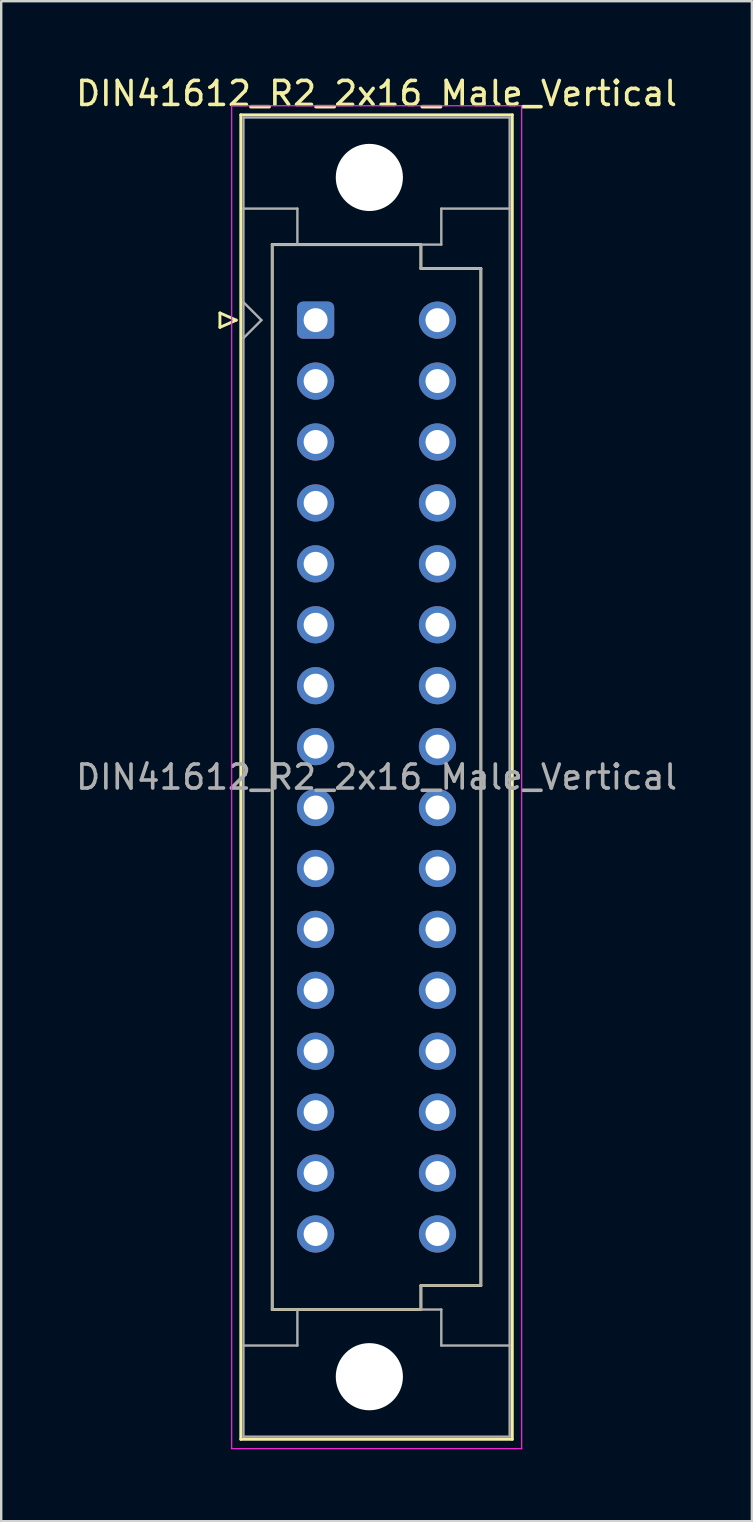
<source format=kicad_pcb>
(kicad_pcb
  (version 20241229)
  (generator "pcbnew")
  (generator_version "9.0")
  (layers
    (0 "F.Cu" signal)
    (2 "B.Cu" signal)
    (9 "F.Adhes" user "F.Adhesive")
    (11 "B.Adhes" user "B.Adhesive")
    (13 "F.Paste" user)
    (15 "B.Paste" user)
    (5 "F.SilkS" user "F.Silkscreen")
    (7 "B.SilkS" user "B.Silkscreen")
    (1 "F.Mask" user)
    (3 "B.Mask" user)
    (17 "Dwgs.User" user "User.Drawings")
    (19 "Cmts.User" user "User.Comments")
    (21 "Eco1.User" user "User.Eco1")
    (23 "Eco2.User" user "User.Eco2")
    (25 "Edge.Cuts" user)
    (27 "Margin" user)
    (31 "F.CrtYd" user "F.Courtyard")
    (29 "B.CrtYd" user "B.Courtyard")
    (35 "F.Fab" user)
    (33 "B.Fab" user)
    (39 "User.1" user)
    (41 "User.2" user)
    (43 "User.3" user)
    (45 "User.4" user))
  (footprint "DIN41612_R2_2x16_Male_Vertical"
    (layer "F.Cu")
    (at 10.109 10.298)
    (property "Reference" "DIN41612_R2_2x16_Male_Vertical" (at 2.54 -9.45 0) (layer "F.SilkS") (effects (font (size 1 1) (thickness 0.15))))
    (attr through_hole)
    (fp_line (start -3.99 -0.3) (end -3.99 0.3) (stroke (width 0.12) (type solid)) (layer "F.SilkS"))
    (fp_line (start -3.99 0.3) (end -3.31 0) (stroke (width 0.12) (type solid)) (layer "F.SilkS"))
    (fp_line (start -3.31 0) (end -3.99 -0.3) (stroke (width 0.12) (type solid)) (layer "F.SilkS"))
    (fp_line (start -3.12 -8.56) (end 8.2 -8.56) (stroke (width 0.12) (type solid)) (layer "F.SilkS"))
    (fp_line (start -3.12 46.66) (end -3.12 -8.56) (stroke (width 0.12) (type solid)) (layer "F.SilkS"))
    (fp_line (start -1.81 -3.15) (end 4.39 -3.15) (stroke (width 0.12) (type solid)) (layer "F.SilkS"))
    (fp_line (start -1.81 41.25) (end -1.81 -3.15) (stroke (width 0.12) (type solid)) (layer "F.SilkS"))
    (fp_line (start 4.39 -3.15) (end 4.39 -2.15) (stroke (width 0.12) (type solid)) (layer "F.SilkS"))
    (fp_line (start 4.39 -2.15) (end 6.89 -2.15) (stroke (width 0.12) (type solid)) (layer "F.SilkS"))
    (fp_line (start 4.39 40.25) (end 4.39 41.25) (stroke (width 0.12) (type solid)) (layer "F.SilkS"))
    (fp_line (start 4.39 41.25) (end -1.81 41.25) (stroke (width 0.12) (type solid)) (layer "F.SilkS"))
    (fp_line (start 6.89 -2.15) (end 6.89 40.25) (stroke (width 0.12) (type solid)) (layer "F.SilkS"))
    (fp_line (start 6.89 40.25) (end 4.39 40.25) (stroke (width 0.12) (type solid)) (layer "F.SilkS"))
    (fp_line (start 8.2 -8.56) (end 8.2 46.66) (stroke (width 0.12) (type solid)) (layer "F.SilkS"))
    (fp_line (start 8.2 46.66) (end -3.12 46.66) (stroke (width 0.12) (type solid)) (layer "F.SilkS"))
    (fp_line (start -3.5 -8.94) (end 8.59 -8.94) (stroke (width 0.05) (type solid)) (layer "F.CrtYd"))
    (fp_line (start -3.5 47.05) (end -3.5 -8.94) (stroke (width 0.05) (type solid)) (layer "F.CrtYd"))
    (fp_line (start 8.59 -8.94) (end 8.59 47.05) (stroke (width 0.05) (type solid)) (layer "F.CrtYd"))
    (fp_line (start 8.59 47.05) (end -3.5 47.05) (stroke (width 0.05) (type solid)) (layer "F.CrtYd"))
    (fp_line (start -3.01 -8.45) (end 8.09 -8.45) (stroke (width 0.1) (type solid)) (layer "F.Fab"))
    (fp_line (start -3.01 -4.65) (end -0.76 -4.65) (stroke (width 0.1) (type solid)) (layer "F.Fab"))
    (fp_line (start -3.01 -0.75) (end -2.26 0) (stroke (width 0.1) (type solid)) (layer "F.Fab"))
    (fp_line (start -3.01 42.75) (end -0.76 42.75) (stroke (width 0.1) (type solid)) (layer "F.Fab"))
    (fp_line (start -3.01 46.55) (end -3.01 -8.45) (stroke (width 0.1) (type solid)) (layer "F.Fab"))
    (fp_line (start -2.26 0) (end -3.01 0.75) (stroke (width 0.1) (type solid)) (layer "F.Fab"))
    (fp_line (start -1.81 -3.15) (end 4.39 -3.15) (stroke (width 0.1) (type solid)) (layer "F.Fab"))
    (fp_line (start -1.81 41.25) (end -1.81 -3.15) (stroke (width 0.1) (type solid)) (layer "F.Fab"))
    (fp_line (start -0.76 -4.65) (end -0.76 -3.15) (stroke (width 0.1) (type solid)) (layer "F.Fab"))
    (fp_line (start -0.76 42.75) (end -0.76 41.25) (stroke (width 0.1) (type solid)) (layer "F.Fab"))
    (fp_line (start 4.39 -3.15) (end 4.39 -2.15) (stroke (width 0.1) (type solid)) (layer "F.Fab"))
    (fp_line (start 4.39 -3.15) (end 5.24 -3.15) (stroke (width 0.1) (type solid)) (layer "F.Fab"))
    (fp_line (start 4.39 -2.15) (end 6.89 -2.15) (stroke (width 0.1) (type solid)) (layer "F.Fab"))
    (fp_line (start 4.39 40.25) (end 4.39 41.25) (stroke (width 0.1) (type solid)) (layer "F.Fab"))
    (fp_line (start 4.39 41.25) (end -1.81 41.25) (stroke (width 0.1) (type solid)) (layer "F.Fab"))
    (fp_line (start 4.39 41.25) (end 5.24 41.25) (stroke (width 0.1) (type solid)) (layer "F.Fab"))
    (fp_line (start 5.24 -4.65) (end 8.09 -4.65) (stroke (width 0.1) (type solid)) (layer "F.Fab"))
    (fp_line (start 5.24 -3.15) (end 5.24 -4.65) (stroke (width 0.1) (type solid)) (layer "F.Fab"))
    (fp_line (start 5.24 41.25) (end 5.24 42.75) (stroke (width 0.1) (type solid)) (layer "F.Fab"))
    (fp_line (start 5.24 42.75) (end 8.09 42.75) (stroke (width 0.1) (type solid)) (layer "F.Fab"))
    (fp_line (start 6.89 -2.15) (end 6.89 40.25) (stroke (width 0.1) (type solid)) (layer "F.Fab"))
    (fp_line (start 6.89 40.25) (end 4.39 40.25) (stroke (width 0.1) (type solid)) (layer "F.Fab"))
    (fp_line (start 8.09 -8.45) (end 8.09 46.55) (stroke (width 0.1) (type solid)) (layer "F.Fab"))
    (fp_line (start 8.09 46.55) (end -3.01 46.55) (stroke (width 0.1) (type solid)) (layer "F.Fab"))
    (fp_text user "${REFERENCE}" (at 2.54 19.05 0) (layer "F.Fab") (effects (font (size 1 1) (thickness 0.15))))
    (pad "" np_thru_hole circle (at 2.24 -5.95) (size 2.8 2.8) (drill 2.8) (layers "*.Cu" "*.Mask"))
    (pad "" np_thru_hole circle (at 2.24 44.05) (size 2.8 2.8) (drill 2.8) (layers "*.Cu" "*.Mask"))
    (pad "a1" thru_hole roundrect (at 0 0) (size 1.55 1.55) (drill 1) (layers "*.Cu" "*.Mask") (roundrect_rratio 0.161))
    (pad "a2" thru_hole circle (at 0 2.54) (size 1.55 1.55) (drill 1) (layers "*.Cu" "*.Mask"))
    (pad "a3" thru_hole circle (at 0 5.08) (size 1.55 1.55) (drill 1) (layers "*.Cu" "*.Mask"))
    (pad "a4" thru_hole circle (at 0 7.62) (size 1.55 1.55) (drill 1) (layers "*.Cu" "*.Mask"))
    (pad "a5" thru_hole circle (at 0 10.16) (size 1.55 1.55) (drill 1) (layers "*.Cu" "*.Mask"))
    (pad "a6" thru_hole circle (at 0 12.7) (size 1.55 1.55) (drill 1) (layers "*.Cu" "*.Mask"))
    (pad "a7" thru_hole circle (at 0 15.24) (size 1.55 1.55) (drill 1) (layers "*.Cu" "*.Mask"))
    (pad "a8" thru_hole circle (at 0 17.78) (size 1.55 1.55) (drill 1) (layers "*.Cu" "*.Mask"))
    (pad "a9" thru_hole circle (at 0 20.32) (size 1.55 1.55) (drill 1) (layers "*.Cu" "*.Mask"))
    (pad "a10" thru_hole circle (at 0 22.86) (size 1.55 1.55) (drill 1) (layers "*.Cu" "*.Mask"))
    (pad "a11" thru_hole circle (at 0 25.4) (size 1.55 1.55) (drill 1) (layers "*.Cu" "*.Mask"))
    (pad "a12" thru_hole circle (at 0 27.94) (size 1.55 1.55) (drill 1) (layers "*.Cu" "*.Mask"))
    (pad "a13" thru_hole circle (at 0 30.48) (size 1.55 1.55) (drill 1) (layers "*.Cu" "*.Mask"))
    (pad "a14" thru_hole circle (at 0 33.02) (size 1.55 1.55) (drill 1) (layers "*.Cu" "*.Mask"))
    (pad "a15" thru_hole circle (at 0 35.56) (size 1.55 1.55) (drill 1) (layers "*.Cu" "*.Mask"))
    (pad "a16" thru_hole circle (at 0 38.1) (size 1.55 1.55) (drill 1) (layers "*.Cu" "*.Mask"))
    (pad "c1" thru_hole circle (at 5.08 0) (size 1.55 1.55) (drill 1) (layers "*.Cu" "*.Mask"))
    (pad "c2" thru_hole circle (at 5.08 2.54) (size 1.55 1.55) (drill 1) (layers "*.Cu" "*.Mask"))
    (pad "c3" thru_hole circle (at 5.08 5.08) (size 1.55 1.55) (drill 1) (layers "*.Cu" "*.Mask"))
    (pad "c4" thru_hole circle (at 5.08 7.62) (size 1.55 1.55) (drill 1) (layers "*.Cu" "*.Mask"))
    (pad "c5" thru_hole circle (at 5.08 10.16) (size 1.55 1.55) (drill 1) (layers "*.Cu" "*.Mask"))
    (pad "c6" thru_hole circle (at 5.08 12.7) (size 1.55 1.55) (drill 1) (layers "*.Cu" "*.Mask"))
    (pad "c7" thru_hole circle (at 5.08 15.24) (size 1.55 1.55) (drill 1) (layers "*.Cu" "*.Mask"))
    (pad "c8" thru_hole circle (at 5.08 17.78) (size 1.55 1.55) (drill 1) (layers "*.Cu" "*.Mask"))
    (pad "c9" thru_hole circle (at 5.08 20.32) (size 1.55 1.55) (drill 1) (layers "*.Cu" "*.Mask"))
    (pad "c10" thru_hole circle (at 5.08 22.86) (size 1.55 1.55) (drill 1) (layers "*.Cu" "*.Mask"))
    (pad "c11" thru_hole circle (at 5.08 25.4) (size 1.55 1.55) (drill 1) (layers "*.Cu" "*.Mask"))
    (pad "c12" thru_hole circle (at 5.08 27.94) (size 1.55 1.55) (drill 1) (layers "*.Cu" "*.Mask"))
    (pad "c13" thru_hole circle (at 5.08 30.48) (size 1.55 1.55) (drill 1) (layers "*.Cu" "*.Mask"))
    (pad "c14" thru_hole circle (at 5.08 33.02) (size 1.55 1.55) (drill 1) (layers "*.Cu" "*.Mask"))
    (pad "c15" thru_hole circle (at 5.08 35.56) (size 1.55 1.55) (drill 1) (layers "*.Cu" "*.Mask"))
    (pad "c16" thru_hole circle (at 5.08 38.1) (size 1.55 1.55) (drill 1) (layers "*.Cu" "*.Mask")))
  (gr_rect
    (start -3 -3)
    (end 28.298 60.373)
    (stroke (width 0.1) (type default))
    (fill no)
    (layer "Edge.Cuts")))
</source>
